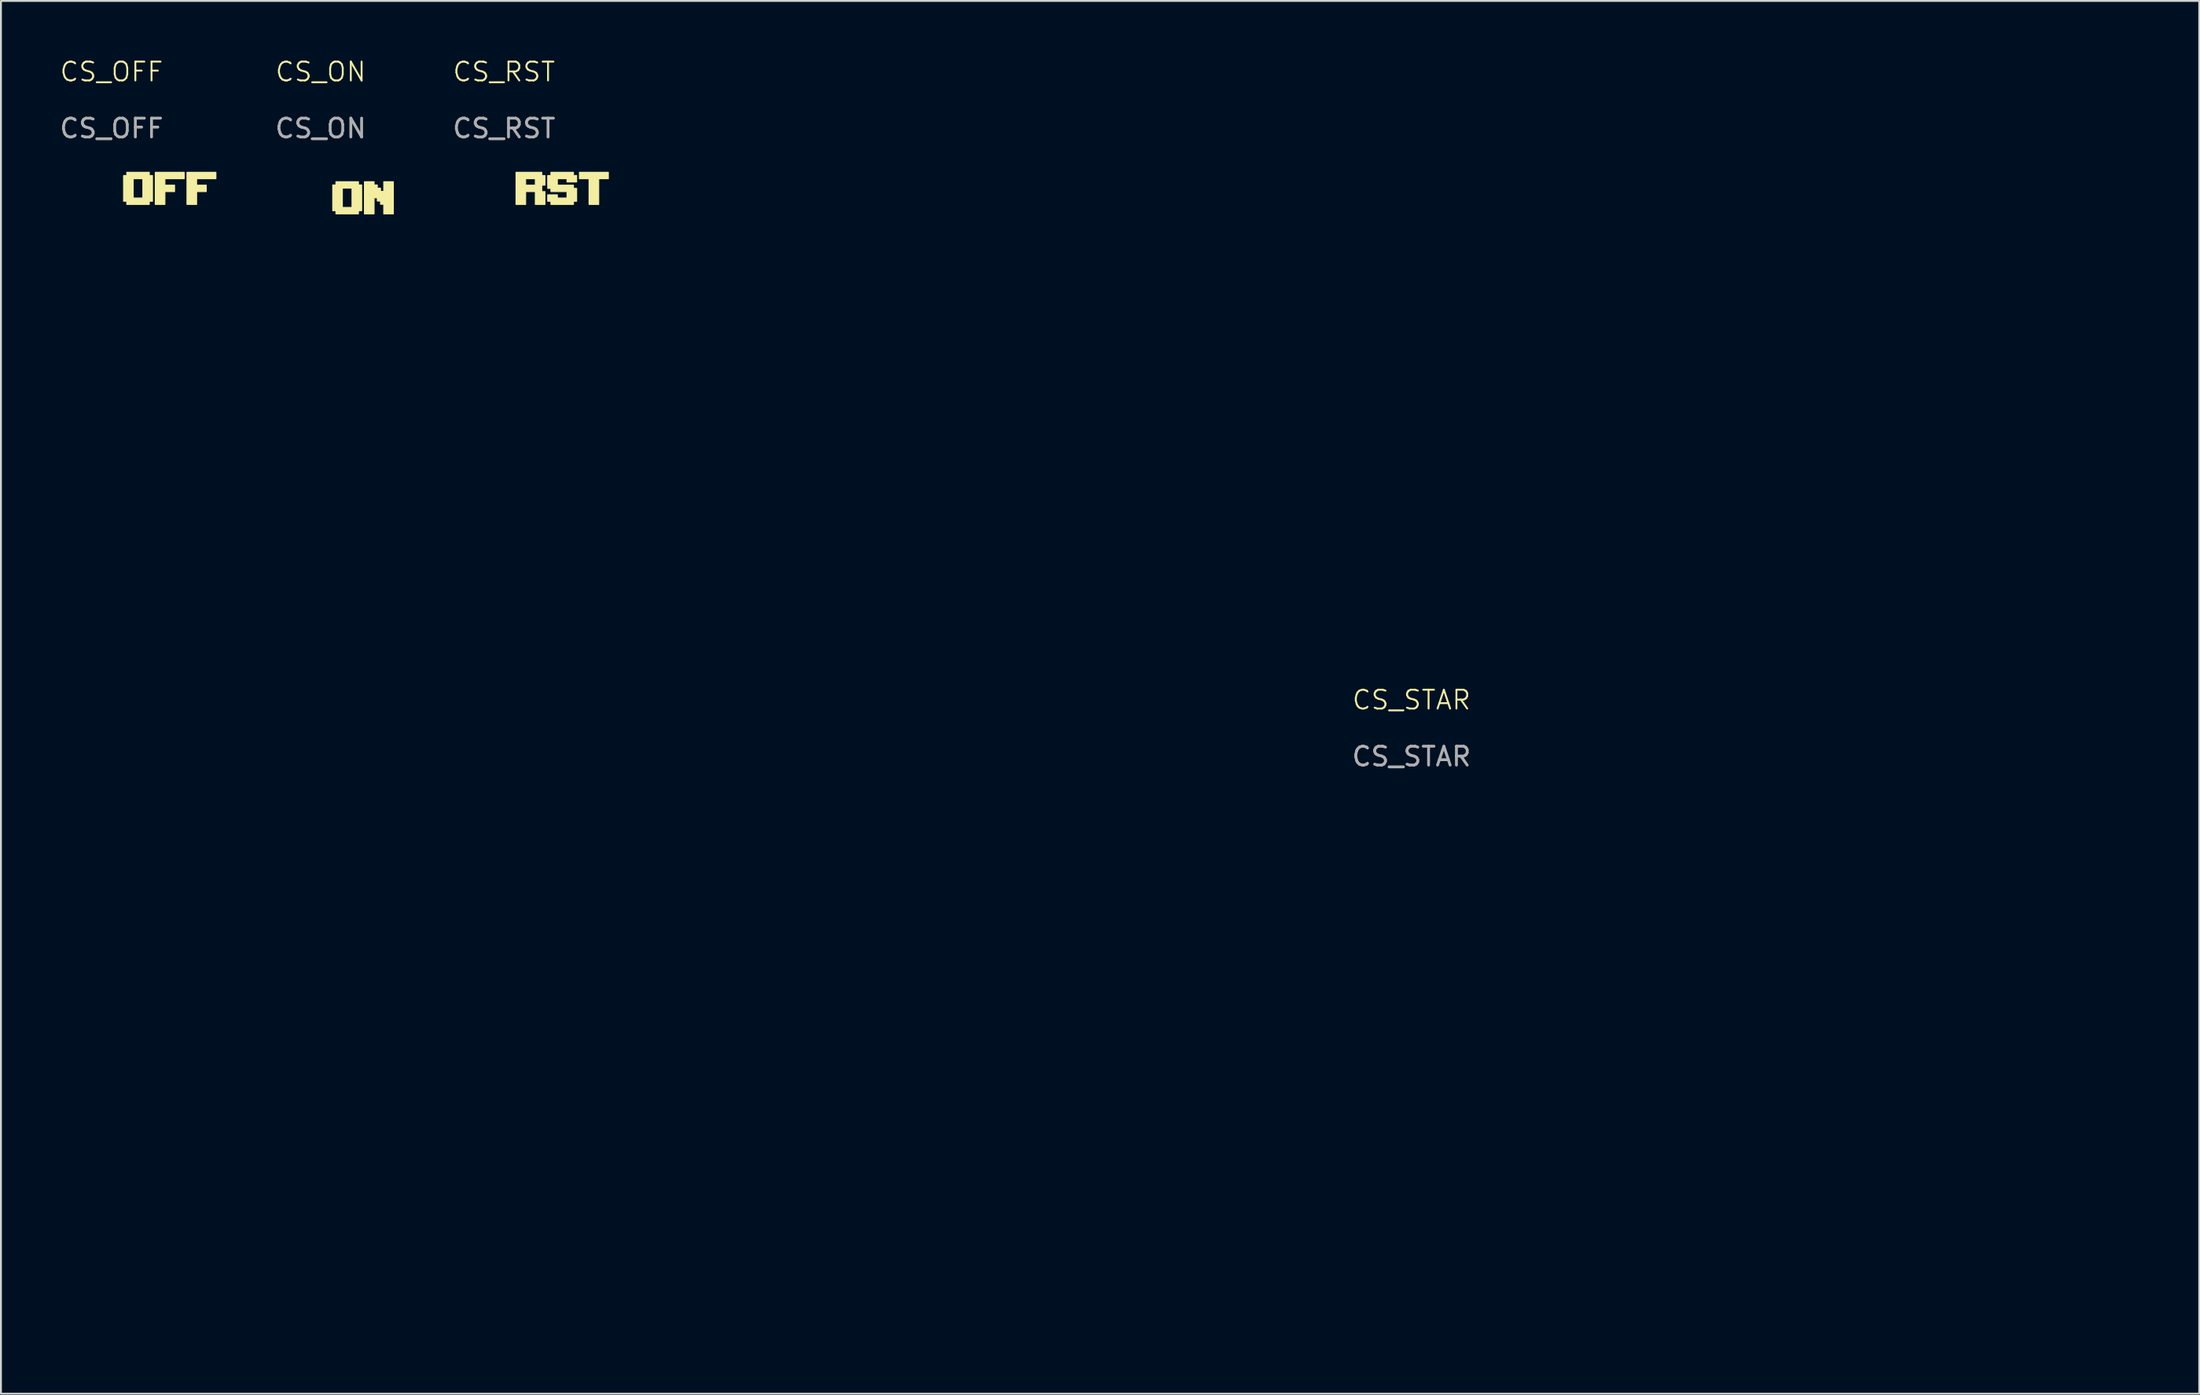
<source format=kicad_pcb>
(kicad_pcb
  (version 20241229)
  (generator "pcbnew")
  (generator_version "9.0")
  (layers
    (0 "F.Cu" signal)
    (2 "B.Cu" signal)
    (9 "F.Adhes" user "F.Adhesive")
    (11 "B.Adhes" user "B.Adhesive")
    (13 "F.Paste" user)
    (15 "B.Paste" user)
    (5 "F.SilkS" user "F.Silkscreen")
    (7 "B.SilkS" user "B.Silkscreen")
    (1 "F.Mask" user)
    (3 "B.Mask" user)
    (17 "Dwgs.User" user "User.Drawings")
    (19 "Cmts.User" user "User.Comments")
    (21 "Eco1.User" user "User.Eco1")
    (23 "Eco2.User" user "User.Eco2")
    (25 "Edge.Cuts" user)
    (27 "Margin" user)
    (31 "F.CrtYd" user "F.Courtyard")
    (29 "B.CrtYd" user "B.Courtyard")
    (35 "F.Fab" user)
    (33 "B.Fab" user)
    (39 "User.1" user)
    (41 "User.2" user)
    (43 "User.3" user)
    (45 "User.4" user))
  (footprint "CS_ON"
    (layer "F.Cu")
    (at 13.95 1.26)
    (property "Reference" "CS_ON" (at 0 -0.5 0) (unlocked yes) (layer "F.SilkS") (effects (font (size 1 1) (thickness 0.1))))
    (attr board_only exclude_from_pos_files exclude_from_bom)
    (fp_poly (pts (xy 2 5.5) (xy 2.17 5.5) (xy 2.17 6.864) (xy 2 6.864) (xy 2 7.033) (xy 0.806 7.033) (xy 0.806 6.864) (xy 0.636 6.864) (xy 0.636 6.693) (xy 1.147 6.693) (xy 1.659 6.693) (xy 1.659 5.67) (xy 1.147 5.67) (xy 1.147 6.693) (xy 0.636 6.693) (xy 0.636 5.5) (xy 0.806 5.5) (xy 0.806 5.329) (xy 2 5.329)) (stroke (width 0.051) (type solid) (color 255 255 255 1)) (fill yes) (layer "F.SilkS"))
    (fp_poly (pts (xy 2.828 5.5) (xy 2.999 5.5) (xy 2.999 5.67) (xy 3.169 5.67) (xy 3.169 5.841) (xy 3.34 5.841) (xy 3.34 5.329) (xy 3.85 5.329) (xy 3.85 7.033) (xy 3.34 7.033) (xy 3.34 6.523) (xy 3.169 6.523) (xy 3.169 6.352) (xy 2.999 6.352) (xy 2.999 6.182) (xy 2.828 6.182) (xy 2.828 7.033) (xy 2.317 7.033) (xy 2.317 5.329) (xy 2.828 5.329)) (stroke (width 0.051) (type solid) (color 255 255 255 1)) (fill yes) (layer "F.SilkS"))
    (fp_text user "${REFERENCE}" (at 0 2.5 0) (unlocked yes) (layer "F.Fab") (effects (font (size 1 1) (thickness 0.15)))))
  (footprint "CS_STAR"
    (layer "F.Cu")
    (at 71.767 34.575)
    (property "Reference" "CS_STAR" (at 0 -0.5 0) (unlocked yes) (layer "F.SilkS") (effects (font (size 1 1) (thickness 0.1))))
    (attr board_only exclude_from_pos_files exclude_from_bom)
    (fp_poly (pts (xy -29.5 -3.5) (xy -24.174 -2.832) (xy -27.944 0.989) (xy -26.934 6.26) (xy -31.732 3.856) (xy -36.434 6.446) (xy -35.63 1.139) (xy -39.546 -2.532) (xy -34.25 -3.407) (xy -31.969 -8.266)) (stroke (width 0) (type solid)) (fill yes) (layer "F.Mask"))
    (fp_poly (pts (xy -13.768 -29.809) (xy -8.442 -29.141) (xy -12.212 -25.32) (xy -11.202 -20.048) (xy -16 -22.453) (xy -20.701 -19.863) (xy -19.897 -25.17) (xy -23.813 -28.841) (xy -18.518 -29.716) (xy -16.236 -34.575)) (stroke (width 0) (type solid)) (fill yes) (layer "F.Mask"))
    (fp_poly (pts (xy -13.768 23.352) (xy -8.442 24.021) (xy -12.212 27.841) (xy -11.202 33.113) (xy -16 30.708) (xy -20.701 33.298) (xy -19.897 27.991) (xy -23.813 24.32) (xy -18.518 23.445) (xy -16.236 18.586)) (stroke (width 0) (type solid)) (fill yes) (layer "F.Mask"))
    (fp_poly (pts (xy 1.965 -3.5) (xy 7.29 -2.832) (xy 3.52 0.989) (xy 4.531 6.26) (xy -0.268 3.856) (xy -4.969 6.446) (xy -4.165 1.139) (xy -8.081 -2.532) (xy -2.785 -3.407) (xy -0.504 -8.266)) (stroke (width 0) (type solid)) (fill yes) (layer "F.Mask"))
    (fp_poly (pts (xy 17.697 -29.809) (xy 23.023 -29.141) (xy 19.253 -25.32) (xy 20.263 -20.048) (xy 15.464 -22.453) (xy 10.763 -19.863) (xy 11.567 -25.17) (xy 7.651 -28.841) (xy 12.947 -29.716) (xy 15.228 -34.575)) (stroke (width 0) (type solid)) (fill yes) (layer "F.Mask"))
    (fp_poly (pts (xy 17.697 23.352) (xy 23.023 24.021) (xy 19.253 27.841) (xy 20.263 33.113) (xy 15.464 30.708) (xy 10.763 33.298) (xy 11.567 27.991) (xy 7.651 24.32) (xy 12.947 23.445) (xy 15.228 18.586)) (stroke (width 0) (type solid)) (fill yes) (layer "F.Mask"))
    (fp_poly (pts (xy 33.429 -3.5) (xy 38.755 -2.832) (xy 34.985 0.989) (xy 35.995 6.26) (xy 31.197 3.856) (xy 26.495 6.446) (xy 27.299 1.139) (xy 23.384 -2.532) (xy 28.679 -3.407) (xy 30.96 -8.266)) (stroke (width 0) (type solid)) (fill yes) (layer "F.Mask"))
    (fp_text user "${REFERENCE}" (at 0 2.5 0) (unlocked yes) (layer "F.Fab") (effects (font (size 1 1) (thickness 0.15)))))
  (footprint "CS_RST"
    (layer "F.Cu")
    (at 23.665 1.26)
    (property "Reference" "CS_RST" (at 0 -0.5 0) (unlocked yes) (layer "F.SilkS") (effects (font (size 1 1) (thickness 0.1))))
    (attr board_only exclude_from_pos_files exclude_from_bom)
    (fp_poly (pts (xy 5.531 5.17) (xy 5.02 5.17) (xy 5.02 6.533) (xy 4.508 6.533) (xy 4.508 5.17) (xy 3.998 5.17) (xy 3.998 4.829) (xy 5.531 4.829)) (stroke (width 0.051) (type solid) (color 255 255 255 1)) (fill yes) (layer "F.SilkS"))
    (fp_poly (pts (xy 2 5) (xy 2.17 5) (xy 2.17 5.511) (xy 2 5.511) (xy 2 5.852) (xy 2.17 5.852) (xy 2.17 6.533) (xy 1.659 6.533) (xy 1.659 5.852) (xy 1.147 5.852) (xy 1.147 6.533) (xy 0.636 6.533) (xy 0.636 5.511) (xy 1.147 5.511) (xy 1.659 5.511) (xy 1.659 5.17) (xy 1.147 5.17) (xy 1.147 5.511) (xy 0.636 5.511) (xy 0.636 4.829) (xy 2 4.829)) (stroke (width 0.051) (type solid) (color 255 255 255 1)) (fill yes) (layer "F.SilkS"))
    (fp_poly (pts (xy 3.681 5) (xy 3.85 5) (xy 3.85 5.341) (xy 3.34 5.341) (xy 3.34 5.17) (xy 2.828 5.17) (xy 2.828 5.511) (xy 3.681 5.511) (xy 3.681 5.682) (xy 3.85 5.682) (xy 3.85 6.364) (xy 3.681 6.364) (xy 3.681 6.533) (xy 2.487 6.533) (xy 2.487 6.364) (xy 2.317 6.364) (xy 2.317 6.023) (xy 2.828 6.023) (xy 2.828 6.193) (xy 3.34 6.193) (xy 3.34 5.852) (xy 2.487 5.852) (xy 2.487 5.682) (xy 2.317 5.682) (xy 2.317 5) (xy 2.487 5) (xy 2.487 4.829) (xy 3.681 4.829)) (stroke (width 0.051) (type solid) (color 255 255 255 1)) (fill yes) (layer "F.SilkS"))
    (fp_text user "${REFERENCE}" (at 0 2.5 0) (unlocked yes) (layer "F.Fab") (effects (font (size 1 1) (thickness 0.15)))))
  (footprint "CS_OFF"
    (layer "F.Cu")
    (at 2.863 1.26)
    (property "Reference" "CS_OFF" (at 0 -0.5 0) (unlocked yes) (layer "F.SilkS") (effects (font (size 1 1) (thickness 0.1))))
    (attr board_only exclude_from_pos_files exclude_from_bom)
    (fp_poly (pts (xy 3.85 5.17) (xy 2.828 5.17) (xy 2.828 5.511) (xy 3.34 5.511) (xy 3.34 5.852) (xy 2.828 5.852) (xy 2.828 6.533) (xy 2.317 6.533) (xy 2.317 4.829) (xy 3.85 4.829)) (stroke (width 0.051) (type solid) (color 255 255 255 1)) (fill yes) (layer "F.SilkS"))
    (fp_poly (pts (xy 5.531 5.17) (xy 4.508 5.17) (xy 4.508 5.511) (xy 5.02 5.511) (xy 5.02 5.852) (xy 4.508 5.852) (xy 4.508 6.533) (xy 3.998 6.533) (xy 3.998 4.829) (xy 5.531 4.829)) (stroke (width 0.051) (type solid) (color 255 255 255 1)) (fill yes) (layer "F.SilkS"))
    (fp_poly (pts (xy 2 5) (xy 2.17 5) (xy 2.17 6.364) (xy 2 6.364) (xy 2 6.533) (xy 0.806 6.533) (xy 0.806 6.364) (xy 0.636 6.364) (xy 0.636 6.193) (xy 1.147 6.193) (xy 1.659 6.193) (xy 1.659 5.17) (xy 1.147 5.17) (xy 1.147 6.193) (xy 0.636 6.193) (xy 0.636 5) (xy 0.806 5) (xy 0.806 4.829) (xy 2 4.829)) (stroke (width 0.051) (type solid) (color 255 255 255 1)) (fill yes) (layer "F.SilkS"))
    (fp_text user "${REFERENCE}" (at 0 2.5 0) (unlocked yes) (layer "F.Fab") (effects (font (size 1 1) (thickness 0.15)))))
  (gr_rect
    (start -3 -3)
    (end 113.522 70.873)
    (stroke (width 0.1) (type default))
    (fill no)
    (layer "Edge.Cuts")))
</source>
